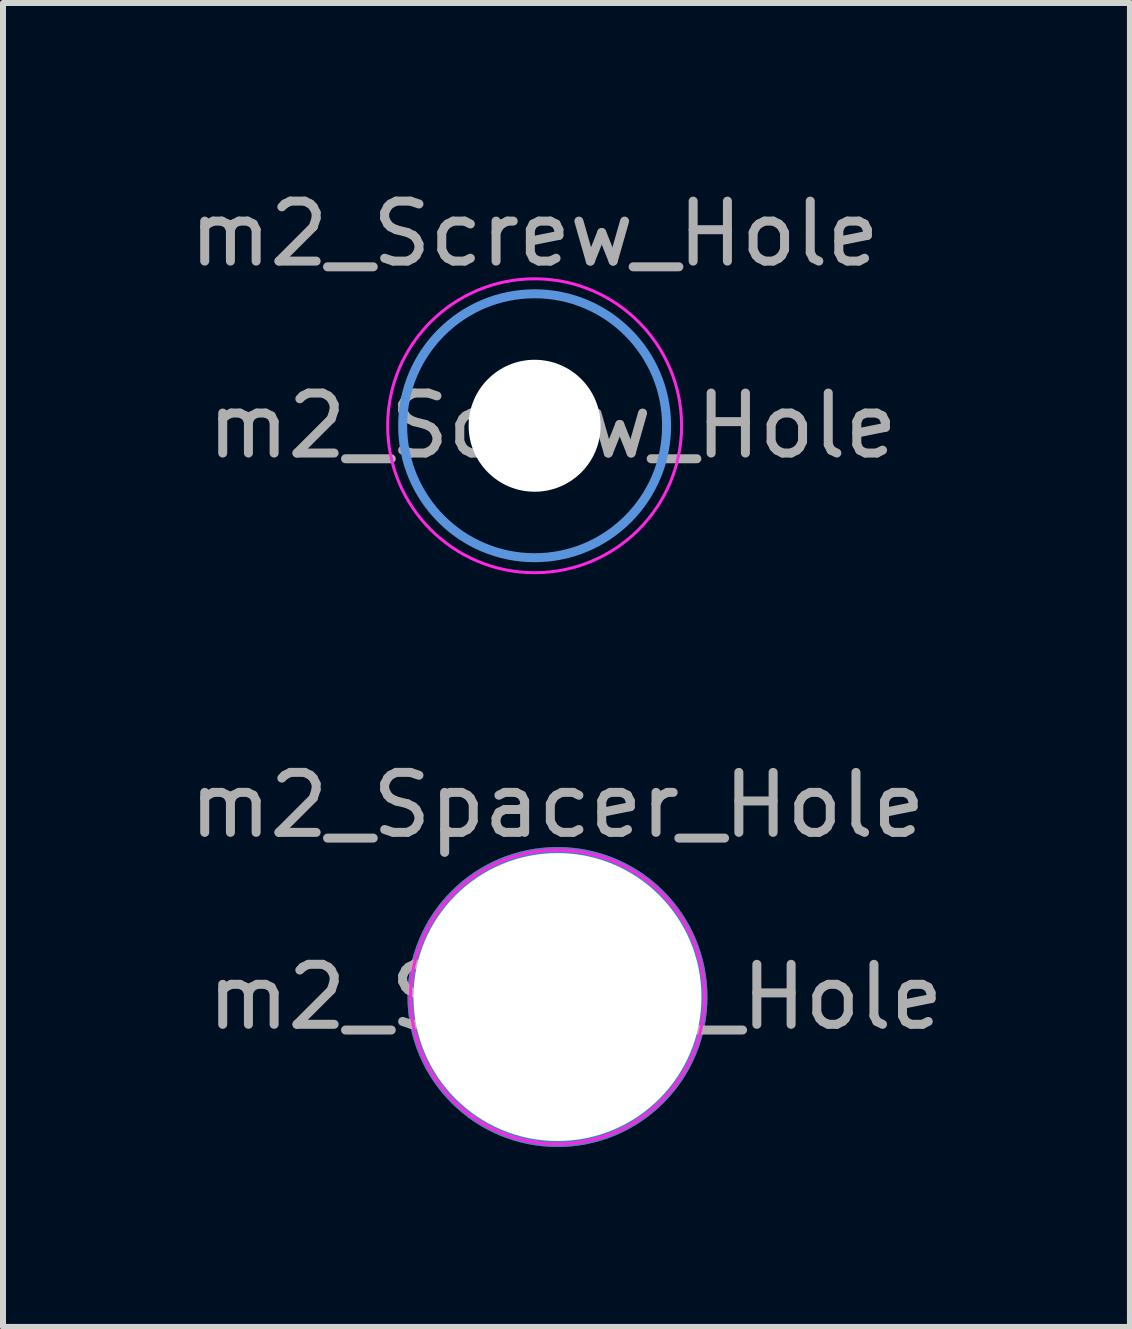
<source format=kicad_pcb>
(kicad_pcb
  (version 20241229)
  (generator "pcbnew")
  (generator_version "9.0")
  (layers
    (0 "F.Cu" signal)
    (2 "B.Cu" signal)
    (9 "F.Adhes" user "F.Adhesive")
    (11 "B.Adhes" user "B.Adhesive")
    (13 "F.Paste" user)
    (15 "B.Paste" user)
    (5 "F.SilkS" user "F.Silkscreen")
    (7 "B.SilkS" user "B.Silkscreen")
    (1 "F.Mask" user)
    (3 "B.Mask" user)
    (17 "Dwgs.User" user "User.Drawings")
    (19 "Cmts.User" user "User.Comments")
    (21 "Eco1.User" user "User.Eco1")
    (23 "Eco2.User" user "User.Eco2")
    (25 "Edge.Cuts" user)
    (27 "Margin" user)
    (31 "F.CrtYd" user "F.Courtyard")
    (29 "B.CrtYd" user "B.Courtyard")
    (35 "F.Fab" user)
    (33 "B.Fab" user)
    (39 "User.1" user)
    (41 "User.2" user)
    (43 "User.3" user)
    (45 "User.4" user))
  (footprint "m2_Spacer_Hole"
    (layer "F.Cu")
    (at 6.244 13.572)
    (property "Reference" "m2_Spacer_Hole" (at 0 -3.2 0) (layer "F.Fab") (effects (font (size 1 1) (thickness 0.15))))
    (attr exclude_from_pos_files exclude_from_bom)
    (fp_circle (center 0 0) (end 2.2 0) (stroke (width 0.15) (type solid)) (fill no) (layer "Cmts.User"))
    (fp_circle (center 0 0) (end 2.45 0) (stroke (width 0.05) (type solid)) (fill no) (layer "F.CrtYd"))
    (fp_text user "${REFERENCE}" (at 0.3 0 0) (layer "F.Fab") (effects (font (size 1 1) (thickness 0.15))))
    (pad "" np_thru_hole circle (at 0 0) (size 5 5) (drill 4.8) (layers "*.Cu" "*.Mask")))
  (footprint "m2_Screw_Hole"
    (layer "F.Cu")
    (at 5.863 4.048)
    (property "Reference" "m2_Screw_Hole" (at 0 -3.2 0) (layer "F.Fab") (effects (font (size 1 1) (thickness 0.15))))
    (attr exclude_from_pos_files exclude_from_bom)
    (fp_circle (center 0 0) (end 2.2 0) (stroke (width 0.15) (type solid)) (fill no) (layer "Cmts.User"))
    (fp_circle (center 0 0) (end 2.45 0) (stroke (width 0.05) (type solid)) (fill no) (layer "F.CrtYd"))
    (fp_text user "${REFERENCE}" (at 0.3 0 0) (layer "F.Fab") (effects (font (size 1 1) (thickness 0.15))))
    (pad "" np_thru_hole circle (at 0 0) (size 2.2 2.2) (drill 2.2) (layers "*.Cu" "*.Mask")))
  (gr_rect
    (start -3 -3)
    (end 15.788 19.072)
    (stroke (width 0.1) (type default))
    (fill no)
    (layer "Edge.Cuts")))
</source>
